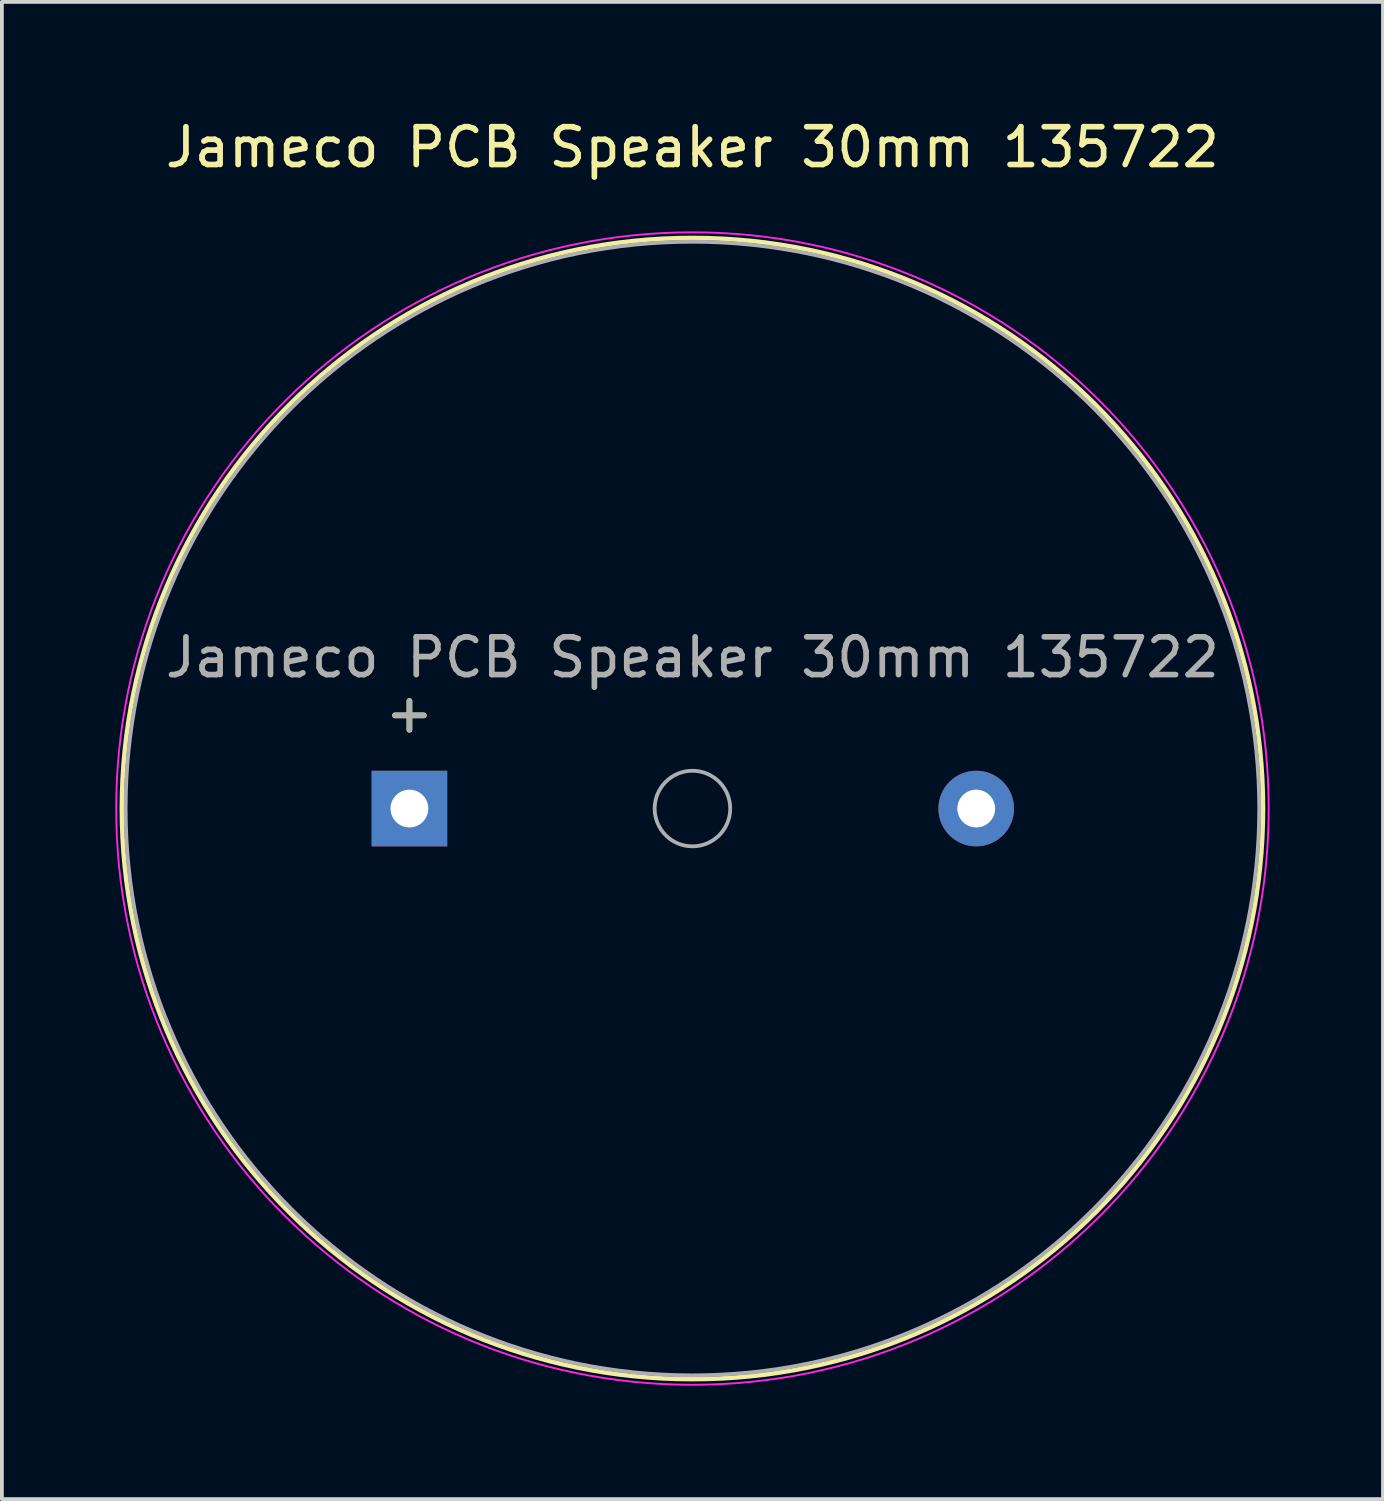
<source format=kicad_pcb>
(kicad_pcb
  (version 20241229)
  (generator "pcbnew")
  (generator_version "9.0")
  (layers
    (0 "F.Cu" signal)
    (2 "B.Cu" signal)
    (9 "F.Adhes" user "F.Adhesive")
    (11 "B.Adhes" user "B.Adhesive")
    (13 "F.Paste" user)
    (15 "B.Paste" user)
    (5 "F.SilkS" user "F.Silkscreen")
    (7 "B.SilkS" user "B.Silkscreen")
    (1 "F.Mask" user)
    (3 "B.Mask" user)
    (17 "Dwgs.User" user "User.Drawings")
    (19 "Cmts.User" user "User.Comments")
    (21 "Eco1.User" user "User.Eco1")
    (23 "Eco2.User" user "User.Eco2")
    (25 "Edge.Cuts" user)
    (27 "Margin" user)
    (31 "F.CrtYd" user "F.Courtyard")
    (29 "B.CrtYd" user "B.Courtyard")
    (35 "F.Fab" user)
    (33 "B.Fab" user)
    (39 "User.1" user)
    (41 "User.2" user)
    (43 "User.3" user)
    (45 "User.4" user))
  (footprint "Jameco PCB Speaker 30mm 135722"
    (layer "F.Cu")
    (at 11.475 18.348)
    (property "Reference" "Jameco PCB Speaker 30mm 135722" (at 3.8 -17.5 0) (layer "F.SilkS") (effects (font (size 1 1) (thickness 0.15))))
    (attr through_hole)
    (fp_circle (center 3.8 0) (end 18.9 0) (stroke (width 0.12) (type solid)) (fill no) (layer "F.SilkS"))
    (fp_circle (center 3.8 0) (end 19.05 0) (stroke (width 0.05) (type solid)) (fill no) (layer "F.CrtYd"))
    (fp_circle (center 3.8 0) (end 4.8 0) (stroke (width 0.1) (type solid)) (fill no) (layer "F.Fab"))
    (fp_circle (center 3.8 0) (end 18.8 0) (stroke (width 0.1) (type solid)) (fill no) (layer "F.Fab"))
    (fp_text user "+" (at -3.69 -2.54 0) (layer "F.SilkS") (effects (font (size 1 1) (thickness 0.15))))
    (fp_text user "${REFERENCE}" (at 3.8 -4 0) (layer "F.Fab") (effects (font (size 1 1) (thickness 0.15))))
    (fp_text user "+" (at -3.69 -2.54 0) (layer "F.Fab") (effects (font (size 1 1) (thickness 0.15))))
    (pad "1" thru_hole rect (at -3.69 0) (size 2 2) (drill 1) (layers "*.Cu" "*.Mask"))
    (pad "2" thru_hole circle (at 11.31 0) (size 2 2) (drill 1) (layers "*.Cu" "*.Mask")))
  (gr_rect
    (start -3 -3)
    (end 33.55 36.623)
    (stroke (width 0.1) (type default))
    (fill no)
    (layer "Edge.Cuts")))
</source>
